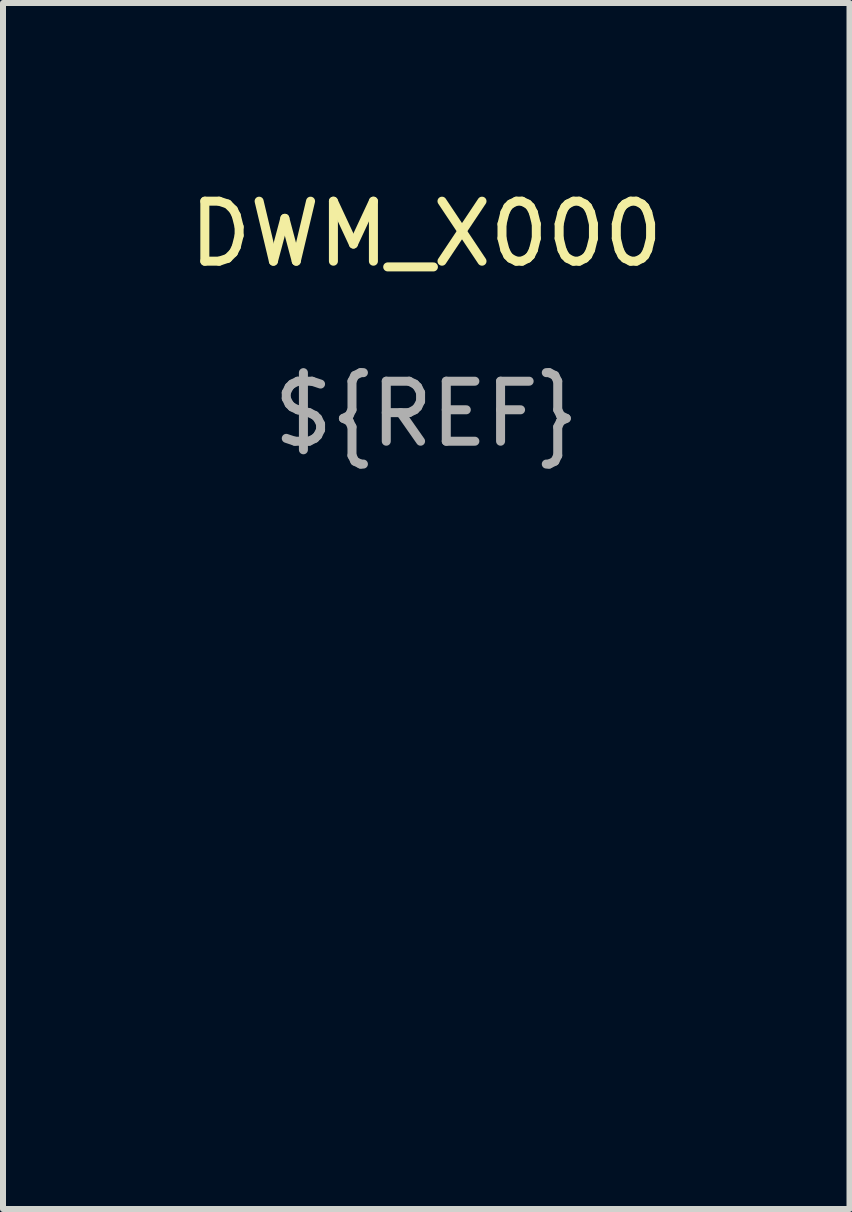
<source format=kicad_pcb>
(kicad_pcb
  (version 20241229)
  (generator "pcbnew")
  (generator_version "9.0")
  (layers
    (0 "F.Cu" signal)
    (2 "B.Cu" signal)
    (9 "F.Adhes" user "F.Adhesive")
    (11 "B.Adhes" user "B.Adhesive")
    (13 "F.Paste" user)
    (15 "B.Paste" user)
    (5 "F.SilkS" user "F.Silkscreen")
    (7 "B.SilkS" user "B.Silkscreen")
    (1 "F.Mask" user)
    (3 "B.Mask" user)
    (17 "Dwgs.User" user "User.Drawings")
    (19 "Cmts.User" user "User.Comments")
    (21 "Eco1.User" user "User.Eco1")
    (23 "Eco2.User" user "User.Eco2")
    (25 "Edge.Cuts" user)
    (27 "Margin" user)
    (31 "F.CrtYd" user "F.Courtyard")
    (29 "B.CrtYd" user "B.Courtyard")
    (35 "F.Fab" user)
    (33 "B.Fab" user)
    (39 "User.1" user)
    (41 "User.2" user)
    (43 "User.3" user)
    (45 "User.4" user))
  (footprint "DWM_X000"
    (layer "F.Cu")
    (at 4.054 13.848)
    (property "Reference" "DWM_X000" (at 0 -13 0) (unlocked yes) (layer "F.SilkS") (effects (font (size 1 1) (thickness 0.15))))
    (attr smd)
    (fp_text user "${REF}" (at 0 -10 0) (unlocked yes) (layer "F.Fab") (effects (font (size 1 1) (thickness 0.15)))))
  (gr_rect
    (start -3 -3)
    (end 11.107 17.098)
    (stroke (width 0.1) (type default))
    (fill no)
    (layer "Edge.Cuts")))
</source>
